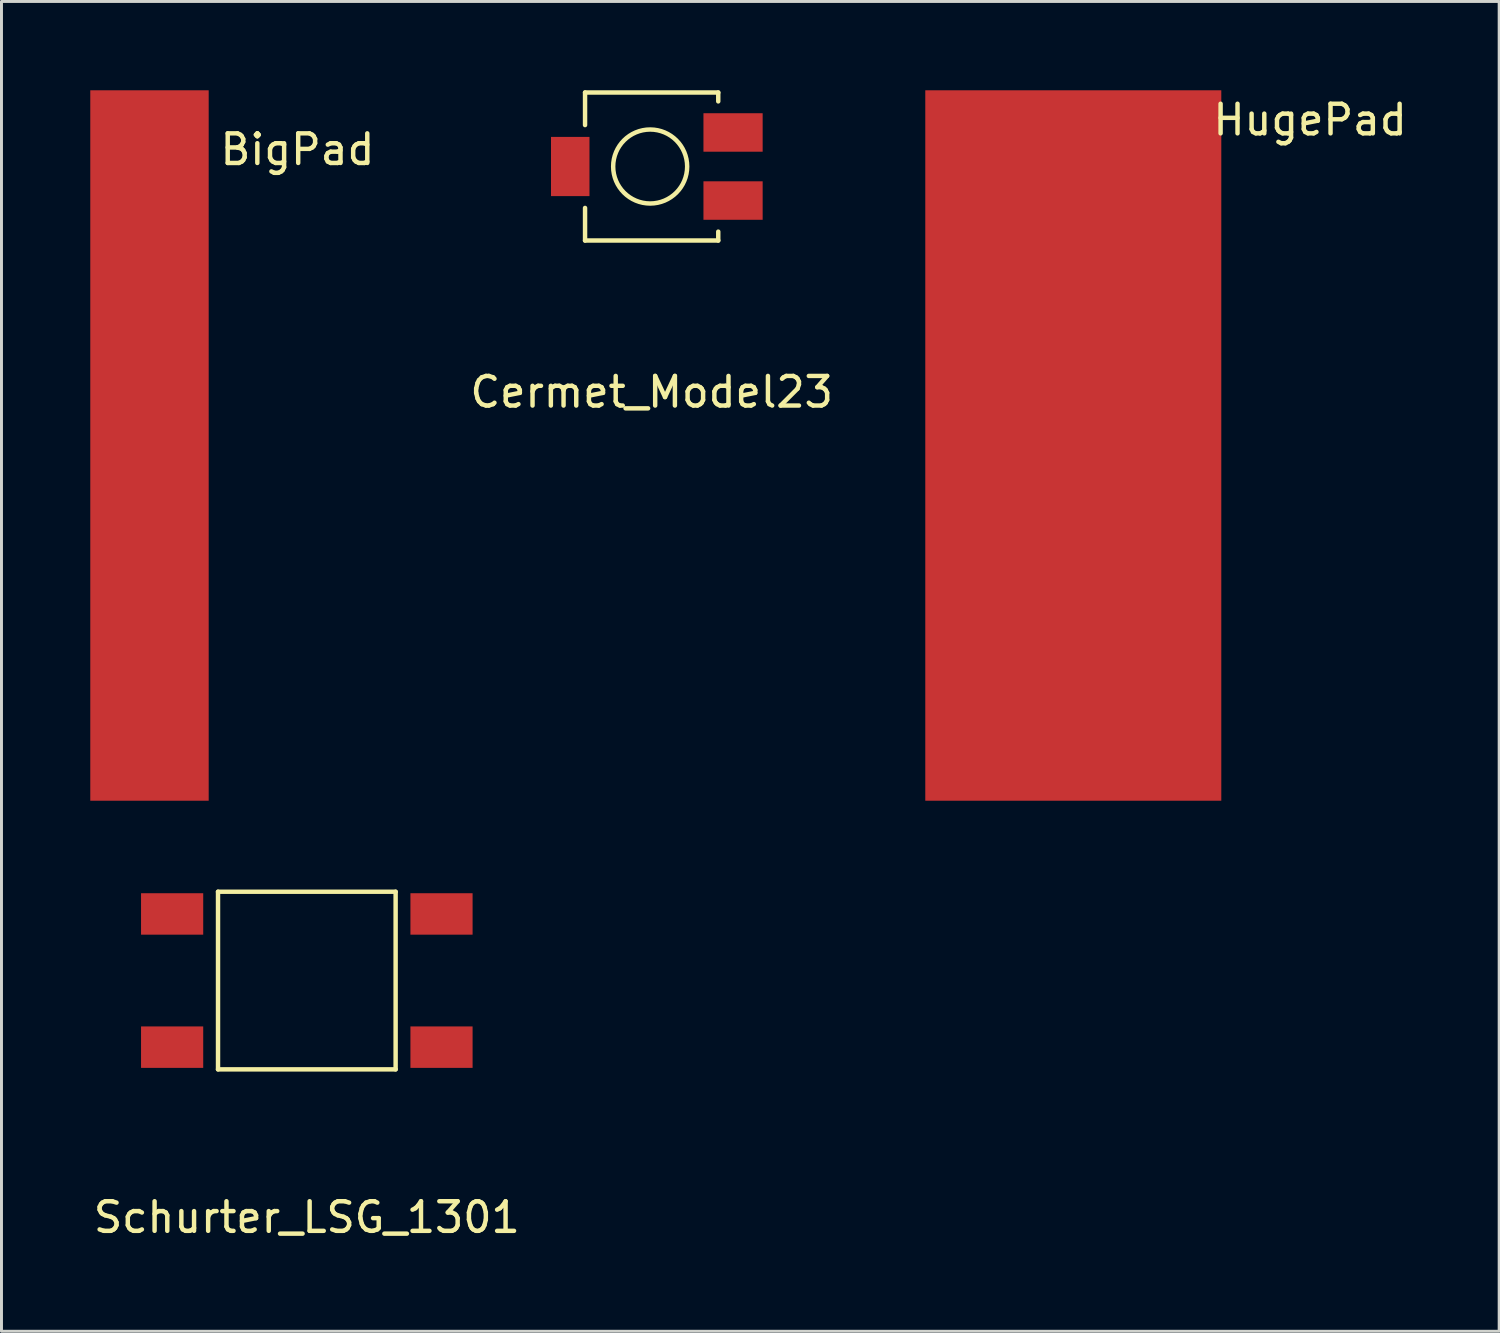
<source format=kicad_pcb>
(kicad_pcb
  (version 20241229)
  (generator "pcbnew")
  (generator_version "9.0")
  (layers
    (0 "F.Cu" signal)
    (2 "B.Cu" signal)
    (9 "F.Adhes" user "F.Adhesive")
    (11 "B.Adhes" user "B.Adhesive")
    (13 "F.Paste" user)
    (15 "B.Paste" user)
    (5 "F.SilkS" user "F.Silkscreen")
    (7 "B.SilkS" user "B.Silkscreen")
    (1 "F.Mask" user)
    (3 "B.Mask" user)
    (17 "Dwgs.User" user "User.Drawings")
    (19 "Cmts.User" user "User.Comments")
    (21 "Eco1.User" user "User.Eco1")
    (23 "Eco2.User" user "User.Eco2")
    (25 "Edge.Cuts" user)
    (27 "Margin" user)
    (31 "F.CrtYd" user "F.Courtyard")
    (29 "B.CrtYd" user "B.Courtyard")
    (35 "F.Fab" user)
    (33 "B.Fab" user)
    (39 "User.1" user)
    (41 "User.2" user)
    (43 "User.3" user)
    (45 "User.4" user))
  (footprint "BigPad"
    (layer "F.Cu")
    (at 2 12)
    (property "Reference" "BigPad" (at 5 -10 0) (layer "F.SilkS") (effects (font (size 1 1) (thickness 0.15))))
    (attr through_hole)
    (pad "1" smd rect (at 0 0) (size 4 24) (layers "F.Cu" "F.Mask" "F.Paste")))
  (footprint "Cermet_Model23"
    (layer "F.Cu")
    (at 18.964 2.575)
    (property "Reference" "Cermet_Model23" (at 0 7.62 0) (layer "F.SilkS") (effects (font (size 1 1) (thickness 0.15))))
    (attr through_hole)
    (fp_line (start -2.25 -2.5) (end -2.25 -1.4) (stroke (width 0.15) (type solid)) (layer "F.SilkS"))
    (fp_line (start -2.25 -2.5) (end 2.25 -2.5) (stroke (width 0.15) (type solid)) (layer "F.SilkS"))
    (fp_line (start -2.25 1.4) (end -2.25 2.5) (stroke (width 0.15) (type solid)) (layer "F.SilkS"))
    (fp_line (start -2.25 2.5) (end 2.25 2.5) (stroke (width 0.15) (type solid)) (layer "F.SilkS"))
    (fp_line (start 2.25 -2.5) (end 2.25 -2.2) (stroke (width 0.15) (type solid)) (layer "F.SilkS"))
    (fp_line (start 2.25 2.5) (end 2.25 2.2) (stroke (width 0.15) (type solid)) (layer "F.SilkS"))
    (fp_circle (center -0.05 0) (end 1.2 0) (stroke (width 0.15) (type solid)) (fill no) (layer "F.SilkS"))
    (pad "1" smd rect (at 2.75 -1.15) (size 2 1.3) (layers "F.Cu" "F.Mask" "F.Paste"))
    (pad "2" smd rect (at -2.75 0) (size 1.3 2) (layers "F.Cu" "F.Mask" "F.Paste"))
    (pad "3" smd rect (at 2.75 1.15) (size 2 1.3) (layers "F.Cu" "F.Mask" "F.Paste")))
  (footprint "HugePad"
    (layer "F.Cu")
    (at 33.208 12)
    (property "Reference" "HugePad" (at 8 -11 0) (layer "F.SilkS") (effects (font (size 1 1) (thickness 0.15))))
    (attr through_hole)
    (pad "1" smd rect (at 0 0) (size 10 24) (layers "F.Cu" "F.Mask" "F.Paste")))
  (footprint "Schurter_LSG_1301"
    (layer "F.Cu")
    (at 7.315 30.075)
    (property "Reference" "Schurter_LSG_1301" (at 0 8 0) (layer "F.SilkS") (effects (font (size 1 1) (thickness 0.15))))
    (attr through_hole)
    (fp_line (start -3 -3) (end 3 -3) (stroke (width 0.15) (type solid)) (layer "F.SilkS"))
    (fp_line (start -3 3) (end -3 -3) (stroke (width 0.15) (type solid)) (layer "F.SilkS"))
    (fp_line (start 3 -3) (end 3 3) (stroke (width 0.15) (type solid)) (layer "F.SilkS"))
    (fp_line (start 3 3) (end -3 3) (stroke (width 0.15) (type solid)) (layer "F.SilkS"))
    (pad "1" smd rect (at -4.55 2.25) (size 2.1 1.4) (layers "F.Cu" "F.Mask" "F.Paste"))
    (pad "1" smd rect (at 4.55 2.25) (size 2.1 1.4) (layers "F.Cu" "F.Mask" "F.Paste"))
    (pad "2" smd rect (at -4.55 -2.25) (size 2.1 1.4) (layers "F.Cu" "F.Mask" "F.Paste"))
    (pad "2" smd rect (at 4.55 -2.25) (size 2.1 1.4) (layers "F.Cu" "F.Mask" "F.Paste")))
  (gr_rect
    (start -3 -3)
    (end 47.595 41.923)
    (stroke (width 0.1) (type default))
    (fill no)
    (layer "Edge.Cuts")))
</source>
